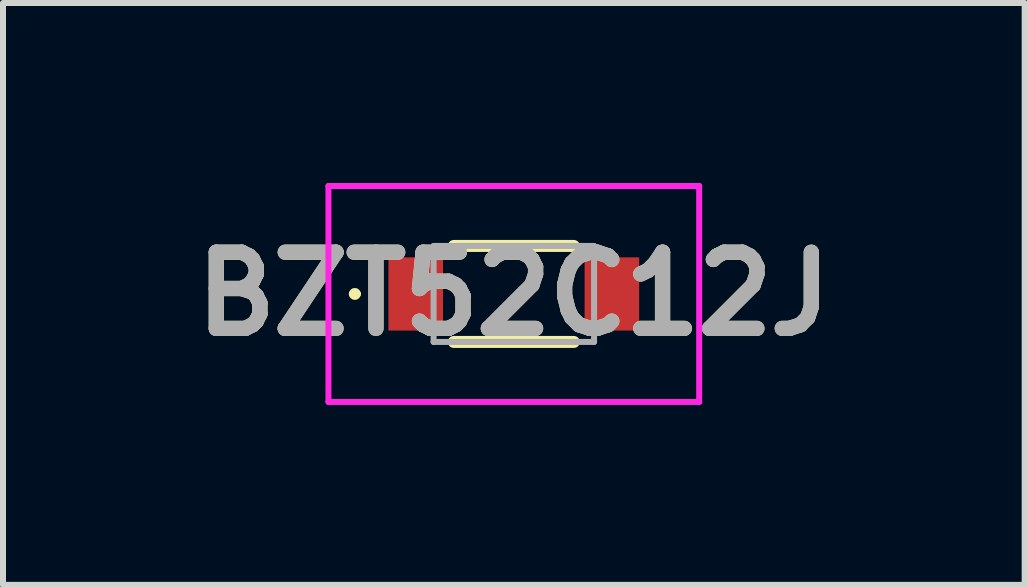
<source format=kicad_pcb>
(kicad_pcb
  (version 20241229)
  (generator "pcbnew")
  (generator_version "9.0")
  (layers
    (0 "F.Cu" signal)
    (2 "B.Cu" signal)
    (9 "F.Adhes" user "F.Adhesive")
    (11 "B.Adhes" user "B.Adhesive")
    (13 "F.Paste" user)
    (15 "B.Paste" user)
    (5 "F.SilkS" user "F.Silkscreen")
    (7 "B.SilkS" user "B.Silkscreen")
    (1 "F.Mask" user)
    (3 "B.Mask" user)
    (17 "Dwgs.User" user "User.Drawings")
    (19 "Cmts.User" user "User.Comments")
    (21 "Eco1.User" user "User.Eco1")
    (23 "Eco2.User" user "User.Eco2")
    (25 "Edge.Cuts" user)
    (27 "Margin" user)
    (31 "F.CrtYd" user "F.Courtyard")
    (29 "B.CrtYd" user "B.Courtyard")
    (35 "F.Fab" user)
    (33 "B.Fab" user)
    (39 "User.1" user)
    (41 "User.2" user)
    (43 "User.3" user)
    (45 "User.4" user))
  (footprint "BZT52C12J"
    (layer "F.Cu")
    (at 5.515 1.85)
    (property "Reference" "BZT52C12J" (at 0 0 0) (layer "F.SilkS") (effects (font (size 1.27 1.27) (thickness 0.254))))
    (attr smd)
    (fp_line (start -2.7 0) (end -2.7 0) (stroke (width 0.1) (type solid)) (layer "F.SilkS"))
    (fp_line (start -2.6 0) (end -2.6 0) (stroke (width 0.1) (type solid)) (layer "F.SilkS"))
    (fp_line (start -1 -0.8) (end 1 -0.8) (stroke (width 0.2) (type solid)) (layer "F.SilkS"))
    (fp_line (start -1 0.8) (end 1 0.8) (stroke (width 0.2) (type solid)) (layer "F.SilkS"))
    (fp_arc (start -2.7 0) (mid -2.65 -0.05) (end -2.6 0) (stroke (width 0.1) (type solid)) (layer "F.SilkS"))
    (fp_arc (start -2.6 0) (mid -2.65 0.05) (end -2.7 0) (stroke (width 0.1) (type solid)) (layer "F.SilkS"))
    (fp_line (start -3.09 -1.8) (end 3.09 -1.8) (stroke (width 0.1) (type solid)) (layer "F.CrtYd"))
    (fp_line (start -3.09 1.8) (end -3.09 -1.8) (stroke (width 0.1) (type solid)) (layer "F.CrtYd"))
    (fp_line (start 3.09 -1.8) (end 3.09 1.8) (stroke (width 0.1) (type solid)) (layer "F.CrtYd"))
    (fp_line (start 3.09 1.8) (end -3.09 1.8) (stroke (width 0.1) (type solid)) (layer "F.CrtYd"))
    (fp_line (start -1.337 -0.8) (end -1.337 0.8) (stroke (width 0.1) (type solid)) (layer "F.Fab"))
    (fp_line (start -1.337 0.8) (end 1.338 0.8) (stroke (width 0.1) (type solid)) (layer "F.Fab"))
    (fp_line (start 1.338 -0.8) (end -1.337 -0.8) (stroke (width 0.1) (type solid)) (layer "F.Fab"))
    (fp_line (start 1.338 0.8) (end 1.338 -0.8) (stroke (width 0.1) (type solid)) (layer "F.Fab"))
    (fp_text user "${REFERENCE}" (at 0 0 0) (layer "F.Fab") (effects (font (size 1.27 1.27) (thickness 0.254))))
    (pad "1" smd rect (at -1.635 0) (size 0.91 1.22) (layers "F.Cu" "F.Mask" "F.Paste"))
    (pad "2" smd rect (at 1.635 0) (size 0.91 1.22) (layers "F.Cu" "F.Mask" "F.Paste")))
  (gr_rect
    (start -3 -3)
    (end 14.031 6.7)
    (stroke (width 0.1) (type default))
    (fill no)
    (layer "Edge.Cuts")))
</source>
